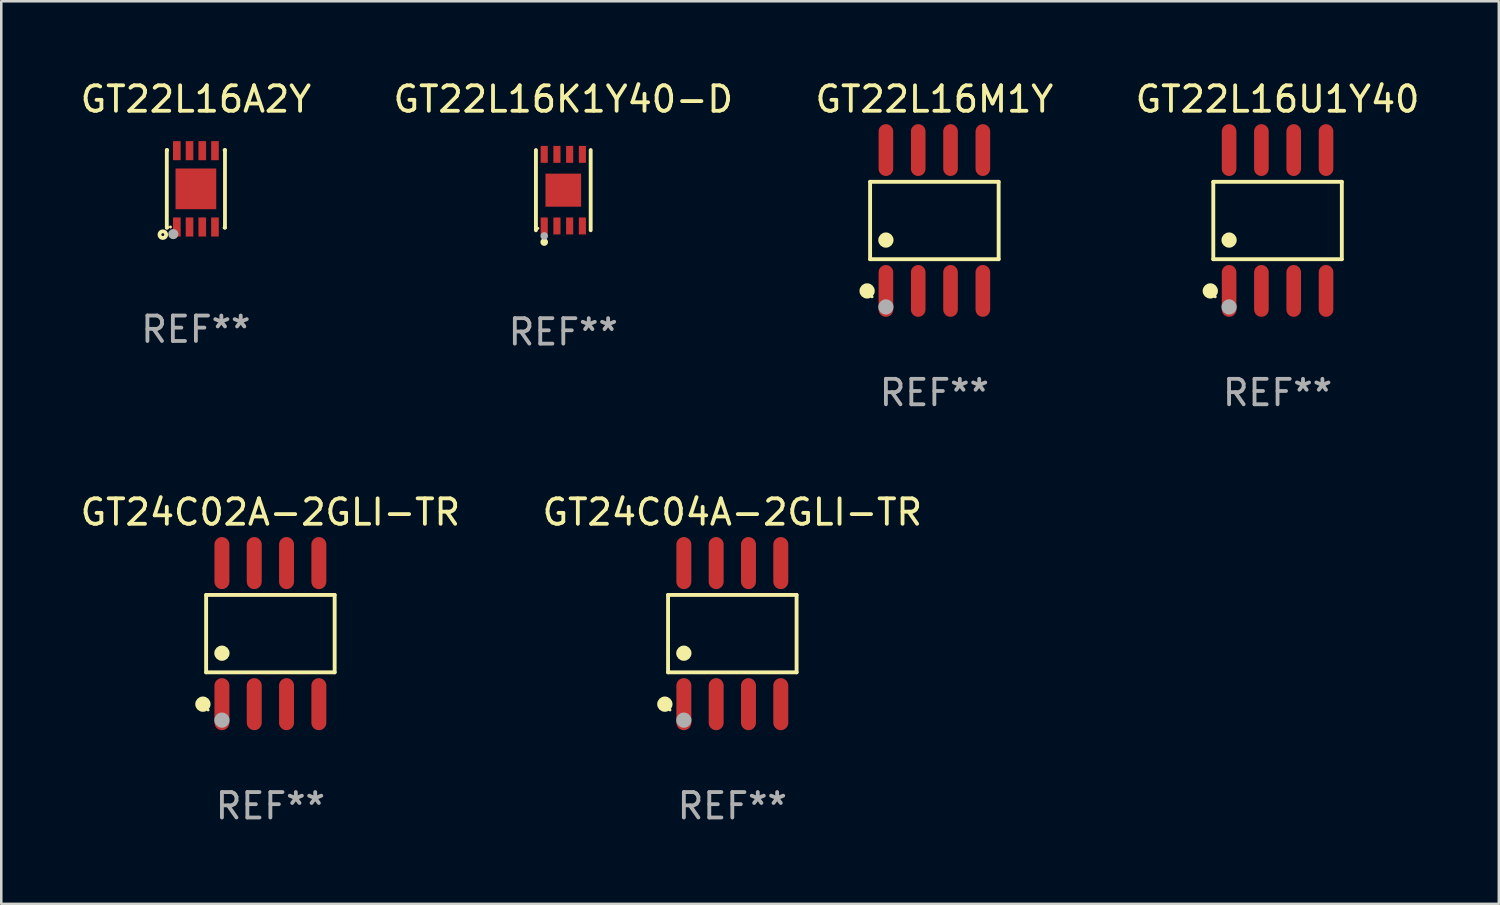
<source format=kicad_pcb>
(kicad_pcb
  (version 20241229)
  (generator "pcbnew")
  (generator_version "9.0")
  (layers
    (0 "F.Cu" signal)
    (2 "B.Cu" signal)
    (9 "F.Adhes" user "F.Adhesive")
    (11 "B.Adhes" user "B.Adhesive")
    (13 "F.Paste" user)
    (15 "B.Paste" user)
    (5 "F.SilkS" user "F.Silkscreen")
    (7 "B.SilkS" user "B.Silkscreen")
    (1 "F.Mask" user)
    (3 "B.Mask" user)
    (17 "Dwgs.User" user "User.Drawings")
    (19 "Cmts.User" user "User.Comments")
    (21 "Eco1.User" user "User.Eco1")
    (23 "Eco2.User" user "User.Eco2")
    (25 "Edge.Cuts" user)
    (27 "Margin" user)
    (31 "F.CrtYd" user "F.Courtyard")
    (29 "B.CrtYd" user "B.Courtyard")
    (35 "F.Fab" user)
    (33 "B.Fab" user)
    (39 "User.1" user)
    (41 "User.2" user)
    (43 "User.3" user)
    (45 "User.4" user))
  (footprint "GT22L16M1Y"
    (layer "F.Cu")
    (at 33.673 5.616)
    (property "Reference" "GT22L16M1Y" (at 0 -4.768 0) (layer "F.SilkS") (effects (font (size 1 1) (thickness 0.15))))
    (attr through_hole)
    (fp_line (start -2.526 -1.521) (end 2.526 -1.521) (stroke (width 0.152) (type solid)) (layer "F.SilkS"))
    (fp_line (start -2.526 1.521) (end -2.526 -1.521) (stroke (width 0.152) (type solid)) (layer "F.SilkS"))
    (fp_line (start 2.526 -1.521) (end 2.526 1.521) (stroke (width 0.152) (type solid)) (layer "F.SilkS"))
    (fp_line (start 2.526 1.521) (end -2.526 1.521) (stroke (width 0.152) (type solid)) (layer "F.SilkS"))
    (fp_circle (center -2.644 2.768) (end -2.494 2.768) (stroke (width 0.3) (type solid)) (fill no) (layer "F.SilkS"))
    (fp_circle (center -2.45 2.998) (end -2.42 2.998) (stroke (width 0.06) (type solid)) (fill no) (layer "F.SilkS"))
    (fp_circle (center -1.905 0.769) (end -1.755 0.769) (stroke (width 0.3) (type solid)) (fill no) (layer "F.SilkS"))
    (fp_circle (center -1.905 3.398) (end -1.755 3.398) (stroke (width 0.3) (type solid)) (fill no) (layer "F.Fab"))
    (fp_text user "REF**" (at 0 6.768 0) (layer "F.Fab") (effects (font (size 1 1) (thickness 0.15))))
    (pad "1" smd oval (at -1.905 2.768) (size 0.574 2.036) (layers "F.Cu" "F.Mask" "F.Paste"))
    (pad "2" smd oval (at -0.635 2.768) (size 0.574 2.036) (layers "F.Cu" "F.Mask" "F.Paste"))
    (pad "3" smd oval (at 0.635 2.768) (size 0.574 2.036) (layers "F.Cu" "F.Mask" "F.Paste"))
    (pad "4" smd oval (at 1.905 2.768) (size 0.574 2.036) (layers "F.Cu" "F.Mask" "F.Paste"))
    (pad "5" smd oval (at 1.905 -2.768) (size 0.574 2.036) (layers "F.Cu" "F.Mask" "F.Paste"))
    (pad "6" smd oval (at 0.635 -2.768) (size 0.574 2.036) (layers "F.Cu" "F.Mask" "F.Paste"))
    (pad "7" smd oval (at -0.635 -2.768) (size 0.574 2.036) (layers "F.Cu" "F.Mask" "F.Paste"))
    (pad "8" smd oval (at -1.905 -2.768) (size 0.574 2.036) (layers "F.Cu" "F.Mask" "F.Paste")))
  (footprint "GT22L16U1Y40"
    (layer "F.Cu")
    (at 47.161 5.616)
    (property "Reference" "GT22L16U1Y40" (at 0 -4.768 0) (layer "F.SilkS") (effects (font (size 1 1) (thickness 0.15))))
    (attr through_hole)
    (fp_line (start -2.526 -1.521) (end 2.526 -1.521) (stroke (width 0.152) (type solid)) (layer "F.SilkS"))
    (fp_line (start -2.526 1.521) (end -2.526 -1.521) (stroke (width 0.152) (type solid)) (layer "F.SilkS"))
    (fp_line (start 2.526 -1.521) (end 2.526 1.521) (stroke (width 0.152) (type solid)) (layer "F.SilkS"))
    (fp_line (start 2.526 1.521) (end -2.526 1.521) (stroke (width 0.152) (type solid)) (layer "F.SilkS"))
    (fp_circle (center -2.644 2.768) (end -2.494 2.768) (stroke (width 0.3) (type solid)) (fill no) (layer "F.SilkS"))
    (fp_circle (center -2.45 2.998) (end -2.42 2.998) (stroke (width 0.06) (type solid)) (fill no) (layer "F.SilkS"))
    (fp_circle (center -1.905 0.769) (end -1.755 0.769) (stroke (width 0.3) (type solid)) (fill no) (layer "F.SilkS"))
    (fp_circle (center -1.905 3.398) (end -1.755 3.398) (stroke (width 0.3) (type solid)) (fill no) (layer "F.Fab"))
    (fp_text user "REF**" (at 0 6.768 0) (layer "F.Fab") (effects (font (size 1 1) (thickness 0.15))))
    (pad "1" smd oval (at -1.905 2.768) (size 0.574 2.036) (layers "F.Cu" "F.Mask" "F.Paste"))
    (pad "2" smd oval (at -0.635 2.768) (size 0.574 2.036) (layers "F.Cu" "F.Mask" "F.Paste"))
    (pad "3" smd oval (at 0.635 2.768) (size 0.574 2.036) (layers "F.Cu" "F.Mask" "F.Paste"))
    (pad "4" smd oval (at 1.905 2.768) (size 0.574 2.036) (layers "F.Cu" "F.Mask" "F.Paste"))
    (pad "5" smd oval (at 1.905 -2.768) (size 0.574 2.036) (layers "F.Cu" "F.Mask" "F.Paste"))
    (pad "6" smd oval (at 0.635 -2.768) (size 0.574 2.036) (layers "F.Cu" "F.Mask" "F.Paste"))
    (pad "7" smd oval (at -0.635 -2.768) (size 0.574 2.036) (layers "F.Cu" "F.Mask" "F.Paste"))
    (pad "8" smd oval (at -1.905 -2.768) (size 0.574 2.036) (layers "F.Cu" "F.Mask" "F.Paste")))
  (footprint "GT24C04A-2GLI-TR"
    (layer "F.Cu")
    (at 25.732 21.853)
    (property "Reference" "GT24C04A-2GLI-TR" (at 0 -4.772 0) (layer "F.SilkS") (effects (font (size 1 1) (thickness 0.15))))
    (attr through_hole)
    (fp_line (start -2.526 -1.521) (end 2.526 -1.521) (stroke (width 0.152) (type solid)) (layer "F.SilkS"))
    (fp_line (start -2.526 1.521) (end -2.526 -1.521) (stroke (width 0.152) (type solid)) (layer "F.SilkS"))
    (fp_line (start 2.526 -1.521) (end 2.526 1.521) (stroke (width 0.152) (type solid)) (layer "F.SilkS"))
    (fp_line (start 2.526 1.521) (end -2.526 1.521) (stroke (width 0.152) (type solid)) (layer "F.SilkS"))
    (fp_circle (center -2.652 2.772) (end -2.501 2.772) (stroke (width 0.3) (type solid)) (fill no) (layer "F.SilkS"))
    (fp_circle (center -2.45 3) (end -2.42 3) (stroke (width 0.06) (type solid)) (fill no) (layer "F.SilkS"))
    (fp_circle (center -1.905 0.769) (end -1.755 0.769) (stroke (width 0.3) (type solid)) (fill no) (layer "F.SilkS"))
    (fp_circle (center -1.905 3.4) (end -1.755 3.4) (stroke (width 0.3) (type solid)) (fill no) (layer "F.Fab"))
    (fp_text user "REF**" (at 0 6.772 0) (layer "F.Fab") (effects (font (size 1 1) (thickness 0.15))))
    (pad "1" smd oval (at -1.905 2.772) (size 0.588 2.045) (layers "F.Cu" "F.Mask" "F.Paste"))
    (pad "2" smd oval (at -0.635 2.772) (size 0.588 2.045) (layers "F.Cu" "F.Mask" "F.Paste"))
    (pad "3" smd oval (at 0.635 2.772) (size 0.588 2.045) (layers "F.Cu" "F.Mask" "F.Paste"))
    (pad "4" smd oval (at 1.905 2.772) (size 0.588 2.045) (layers "F.Cu" "F.Mask" "F.Paste"))
    (pad "5" smd oval (at 1.905 -2.772) (size 0.588 2.045) (layers "F.Cu" "F.Mask" "F.Paste"))
    (pad "6" smd oval (at 0.635 -2.772) (size 0.588 2.045) (layers "F.Cu" "F.Mask" "F.Paste"))
    (pad "7" smd oval (at -0.635 -2.772) (size 0.588 2.045) (layers "F.Cu" "F.Mask" "F.Paste"))
    (pad "8" smd oval (at -1.905 -2.772) (size 0.588 2.045) (layers "F.Cu" "F.Mask" "F.Paste")))
  (footprint "GT22L16K1Y40-D"
    (layer "F.Cu")
    (at 19.089 4.424)
    (property "Reference" "GT22L16K1Y40-D" (at 0 -3.576 0) (layer "F.SilkS") (effects (font (size 1 1) (thickness 0.15))))
    (attr through_hole)
    (fp_line (start -1.076 1.576) (end -1.076 -1.576) (stroke (width 0.152) (type solid)) (layer "F.SilkS"))
    (fp_line (start 1.076 1.576) (end 1.076 -1.576) (stroke (width 0.152) (type solid)) (layer "F.SilkS"))
    (fp_circle (center -1 1.5) (end -0.97 1.5) (stroke (width 0.06) (type solid)) (fill no) (layer "F.SilkS"))
    (fp_circle (center -0.75 2.04) (end -0.675 2.04) (stroke (width 0.15) (type solid)) (fill no) (layer "F.SilkS"))
    (fp_circle (center -0.75 1.8) (end -0.675 1.8) (stroke (width 0.15) (type solid)) (fill no) (layer "F.Fab"))
    (fp_text user "REF**" (at 0 5.576 0) (layer "F.Fab") (effects (font (size 1 1) (thickness 0.15))))
    (pad "1" smd rect (at -0.75 1.407) (size 0.28 0.665) (layers "F.Cu" "F.Mask" "F.Paste"))
    (pad "2" smd rect (at -0.25 1.407) (size 0.28 0.665) (layers "F.Cu" "F.Mask" "F.Paste"))
    (pad "3" smd rect (at 0.25 1.407) (size 0.28 0.665) (layers "F.Cu" "F.Mask" "F.Paste"))
    (pad "4" smd rect (at 0.75 1.407) (size 0.28 0.665) (layers "F.Cu" "F.Mask" "F.Paste"))
    (pad "5" smd rect (at 0.75 -1.407) (size 0.28 0.665) (layers "F.Cu" "F.Mask" "F.Paste"))
    (pad "6" smd rect (at 0.25 -1.407) (size 0.28 0.665) (layers "F.Cu" "F.Mask" "F.Paste"))
    (pad "7" smd rect (at -0.25 -1.407) (size 0.28 0.665) (layers "F.Cu" "F.Mask" "F.Paste"))
    (pad "8" smd rect (at -0.75 -1.407) (size 0.28 0.665) (layers "F.Cu" "F.Mask" "F.Paste"))
    (pad "9" smd rect (at 0 0) (size 1.4 1.3) (layers "F.Cu" "F.Mask" "F.Paste")))
  (footprint "GT22L16A2Y"
    (layer "F.Cu")
    (at 4.649 4.372)
    (property "Reference" "GT22L16A2Y" (at 0 -3.524 0) (layer "F.SilkS") (effects (font (size 1 1) (thickness 0.15))))
    (attr through_hole)
    (fp_line (start -1.143 -1.524) (end -1.143 1.524) (stroke (width 0.15) (type solid)) (layer "F.SilkS"))
    (fp_line (start -1.143 1.524) (end -1.129 1.524) (stroke (width 0.15) (type solid)) (layer "F.SilkS"))
    (fp_line (start -1.129 -1.524) (end -1.143 -1.524) (stroke (width 0.15) (type solid)) (layer "F.SilkS"))
    (fp_line (start 1.129 1.524) (end 1.143 1.524) (stroke (width 0.15) (type solid)) (layer "F.SilkS"))
    (fp_line (start 1.143 -1.524) (end 1.129 -1.524) (stroke (width 0.15) (type solid)) (layer "F.SilkS"))
    (fp_line (start 1.143 1.524) (end 1.143 -1.524) (stroke (width 0.15) (type solid)) (layer "F.SilkS"))
    (fp_circle (center -1.3 1.8) (end -1.243 1.8) (stroke (width 0.15) (type solid)) (fill no) (layer "F.SilkS"))
    (fp_circle (center -1 1.5) (end -0.97 1.5) (stroke (width 0.06) (type solid)) (fill no) (layer "F.SilkS"))
    (fp_circle (center -0.889 1.778) (end -0.789 1.778) (stroke (width 0.2) (type solid)) (fill no) (layer "F.Fab"))
    (fp_text user "REF**" (at 0 5.524 0) (layer "F.Fab") (effects (font (size 1 1) (thickness 0.15))))
    (pad "1" smd rect (at -0.75 1.5 90) (size 0.75 0.3) (layers "F.Cu" "F.Mask" "F.Paste"))
    (pad "2" smd rect (at -0.25 1.5 90) (size 0.75 0.3) (layers "F.Cu" "F.Mask" "F.Paste"))
    (pad "3" smd rect (at 0.25 1.5 90) (size 0.75 0.3) (layers "F.Cu" "F.Mask" "F.Paste"))
    (pad "4" smd rect (at 0.75 1.5 90) (size 0.75 0.3) (layers "F.Cu" "F.Mask" "F.Paste"))
    (pad "5" smd rect (at 0.75 -1.5 90) (size 0.75 0.3) (layers "F.Cu" "F.Mask" "F.Paste"))
    (pad "6" smd rect (at 0.25 -1.5 90) (size 0.75 0.3) (layers "F.Cu" "F.Mask" "F.Paste"))
    (pad "7" smd rect (at -0.25 -1.5 90) (size 0.75 0.3) (layers "F.Cu" "F.Mask" "F.Paste"))
    (pad "8" smd rect (at -0.75 -1.5 90) (size 0.75 0.3) (layers "F.Cu" "F.Mask" "F.Paste"))
    (pad "9" smd rect (at -0.000203 0.000457 90) (size 1.6 1.6) (layers "F.Cu" "F.Mask" "F.Paste")))
  (footprint "GT24C02A-2GLI-TR"
    (layer "F.Cu")
    (at 7.577 21.853)
    (property "Reference" "GT24C02A-2GLI-TR" (at 0 -4.772 0) (layer "F.SilkS") (effects (font (size 1 1) (thickness 0.15))))
    (attr through_hole)
    (fp_line (start -2.526 -1.521) (end 2.526 -1.521) (stroke (width 0.152) (type solid)) (layer "F.SilkS"))
    (fp_line (start -2.526 1.521) (end -2.526 -1.521) (stroke (width 0.152) (type solid)) (layer "F.SilkS"))
    (fp_line (start 2.526 -1.521) (end 2.526 1.521) (stroke (width 0.152) (type solid)) (layer "F.SilkS"))
    (fp_line (start 2.526 1.521) (end -2.526 1.521) (stroke (width 0.152) (type solid)) (layer "F.SilkS"))
    (fp_circle (center -2.652 2.772) (end -2.501 2.772) (stroke (width 0.3) (type solid)) (fill no) (layer "F.SilkS"))
    (fp_circle (center -2.45 3) (end -2.42 3) (stroke (width 0.06) (type solid)) (fill no) (layer "F.SilkS"))
    (fp_circle (center -1.905 0.769) (end -1.755 0.769) (stroke (width 0.3) (type solid)) (fill no) (layer "F.SilkS"))
    (fp_circle (center -1.905 3.4) (end -1.755 3.4) (stroke (width 0.3) (type solid)) (fill no) (layer "F.Fab"))
    (fp_text user "REF**" (at 0 6.772 0) (layer "F.Fab") (effects (font (size 1 1) (thickness 0.15))))
    (pad "1" smd oval (at -1.905 2.772) (size 0.588 2.045) (layers "F.Cu" "F.Mask" "F.Paste"))
    (pad "2" smd oval (at -0.635 2.772) (size 0.588 2.045) (layers "F.Cu" "F.Mask" "F.Paste"))
    (pad "3" smd oval (at 0.635 2.772) (size 0.588 2.045) (layers "F.Cu" "F.Mask" "F.Paste"))
    (pad "4" smd oval (at 1.905 2.772) (size 0.588 2.045) (layers "F.Cu" "F.Mask" "F.Paste"))
    (pad "5" smd oval (at 1.905 -2.772) (size 0.588 2.045) (layers "F.Cu" "F.Mask" "F.Paste"))
    (pad "6" smd oval (at 0.635 -2.772) (size 0.588 2.045) (layers "F.Cu" "F.Mask" "F.Paste"))
    (pad "7" smd oval (at -0.635 -2.772) (size 0.588 2.045) (layers "F.Cu" "F.Mask" "F.Paste"))
    (pad "8" smd oval (at -1.905 -2.772) (size 0.588 2.045) (layers "F.Cu" "F.Mask" "F.Paste")))
  (gr_rect
    (start -3 -3)
    (end 55.857 32.474)
    (stroke (width 0.1) (type default))
    (fill no)
    (layer "Edge.Cuts")))
</source>
